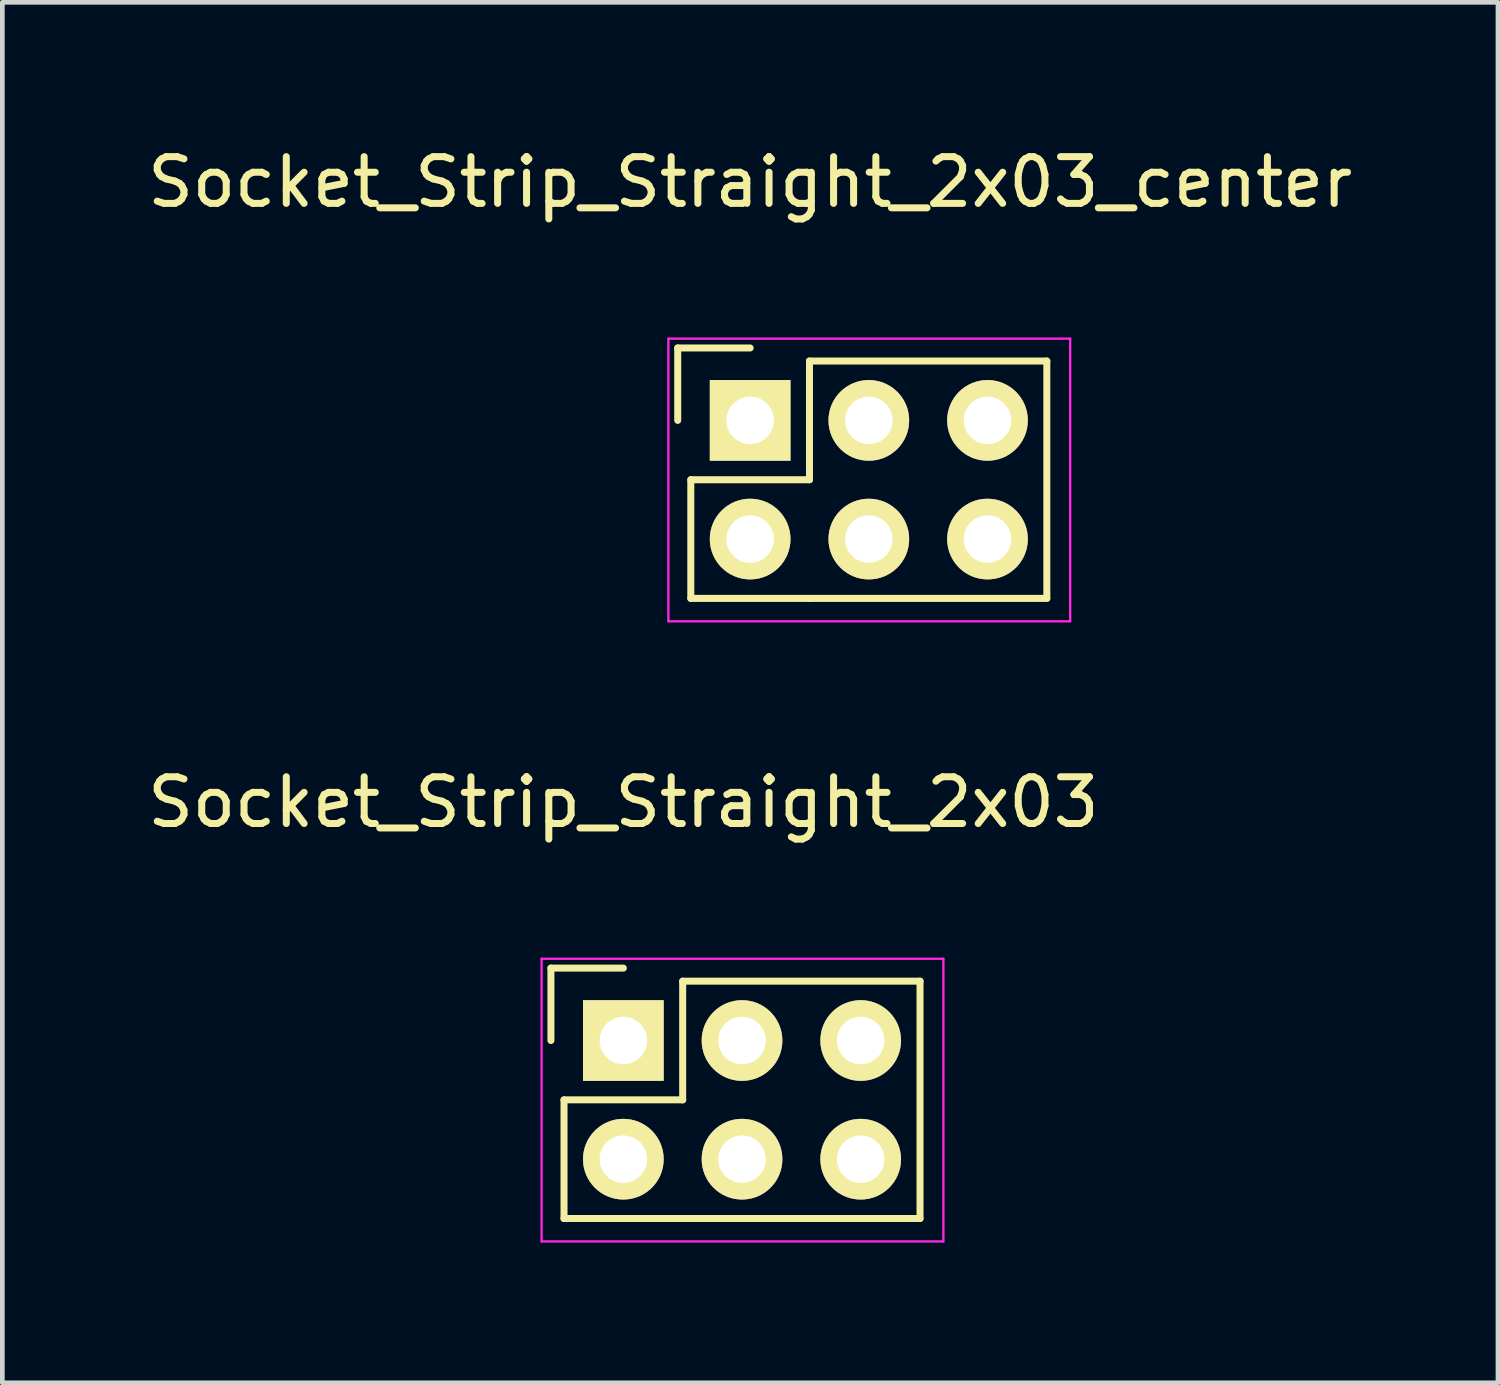
<source format=kicad_pcb>
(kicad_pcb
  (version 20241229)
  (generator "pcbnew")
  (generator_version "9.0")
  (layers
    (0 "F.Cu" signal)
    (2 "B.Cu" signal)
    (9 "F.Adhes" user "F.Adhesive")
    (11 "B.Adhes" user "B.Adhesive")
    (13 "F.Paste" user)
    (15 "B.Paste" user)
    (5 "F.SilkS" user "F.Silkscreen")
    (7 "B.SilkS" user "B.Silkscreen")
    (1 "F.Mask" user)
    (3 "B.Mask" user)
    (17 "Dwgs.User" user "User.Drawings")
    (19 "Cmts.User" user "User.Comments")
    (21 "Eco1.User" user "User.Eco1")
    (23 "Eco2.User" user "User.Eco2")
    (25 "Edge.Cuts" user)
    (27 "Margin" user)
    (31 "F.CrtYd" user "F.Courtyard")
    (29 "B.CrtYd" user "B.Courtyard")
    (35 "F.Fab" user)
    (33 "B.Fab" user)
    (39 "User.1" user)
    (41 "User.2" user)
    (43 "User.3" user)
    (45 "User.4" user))
  (footprint "Socket_Strip_Straight_2x03"
    (layer "F.Cu")
    (at 12.832 19.221)
    (property "Reference" "Socket_Strip_Straight_2x03" (at -2.54 -5.1 0) (layer "F.SilkS") (effects (font (size 1 1) (thickness 0.15))))
    (attr through_hole)
    (fp_line (start -4.09 -1.55) (end -4.09 0) (stroke (width 0.15) (type solid)) (layer "F.SilkS"))
    (fp_line (start -4.09 -1.55) (end -2.54 -1.55) (stroke (width 0.15) (type solid)) (layer "F.SilkS"))
    (fp_line (start -3.81 1.27) (end -1.27 1.27) (stroke (width 0.15) (type solid)) (layer "F.SilkS"))
    (fp_line (start -3.81 3.81) (end -3.81 1.27) (stroke (width 0.15) (type solid)) (layer "F.SilkS"))
    (fp_line (start -1.27 1.27) (end -1.27 -1.27) (stroke (width 0.15) (type solid)) (layer "F.SilkS"))
    (fp_line (start -1.27 3.81) (end -3.81 3.81) (stroke (width 0.15) (type solid)) (layer "F.SilkS"))
    (fp_line (start 3.81 -1.27) (end -1.27 -1.27) (stroke (width 0.15) (type solid)) (layer "F.SilkS"))
    (fp_line (start 3.81 -1.27) (end 3.81 3.81) (stroke (width 0.15) (type solid)) (layer "F.SilkS"))
    (fp_line (start 3.81 3.81) (end -1.27 3.81) (stroke (width 0.15) (type solid)) (layer "F.SilkS"))
    (fp_line (start -4.29 -1.75) (end -4.29 4.3) (stroke (width 0.05) (type solid)) (layer "F.CrtYd"))
    (fp_line (start -4.29 -1.75) (end 4.31 -1.75) (stroke (width 0.05) (type solid)) (layer "F.CrtYd"))
    (fp_line (start -4.29 4.3) (end 4.31 4.3) (stroke (width 0.05) (type solid)) (layer "F.CrtYd"))
    (fp_line (start 4.31 -1.75) (end 4.31 4.3) (stroke (width 0.05) (type solid)) (layer "F.CrtYd"))
    (pad "1" thru_hole rect (at -2.54 0) (size 1.727 1.727) (drill 1.016) (layers "*.Cu" "*.Mask" "F.SilkS"))
    (pad "2" thru_hole oval (at -2.54 2.54) (size 1.727 1.727) (drill 1.016) (layers "*.Cu" "*.Mask" "F.SilkS"))
    (pad "3" thru_hole oval (at 0 0) (size 1.727 1.727) (drill 1.016) (layers "*.Cu" "*.Mask" "F.SilkS"))
    (pad "4" thru_hole oval (at 0 2.54) (size 1.727 1.727) (drill 1.016) (layers "*.Cu" "*.Mask" "F.SilkS"))
    (pad "5" thru_hole oval (at 2.54 0) (size 1.727 1.727) (drill 1.016) (layers "*.Cu" "*.Mask" "F.SilkS"))
    (pad "6" thru_hole oval (at 2.54 2.54) (size 1.727 1.727) (drill 1.016) (layers "*.Cu" "*.Mask" "F.SilkS")))
  (footprint "Socket_Strip_Straight_2x03_center"
    (layer "F.Cu")
    (at 15.546 5.948)
    (property "Reference" "Socket_Strip_Straight_2x03_center" (at -2.54 -5.1 0) (layer "F.SilkS") (effects (font (size 1 1) (thickness 0.15))))
    (attr through_hole)
    (fp_line (start -4.09 -1.55) (end -4.09 0) (stroke (width 0.15) (type solid)) (layer "F.SilkS"))
    (fp_line (start -4.09 -1.55) (end -2.54 -1.55) (stroke (width 0.15) (type solid)) (layer "F.SilkS"))
    (fp_line (start -3.81 1.27) (end -1.27 1.27) (stroke (width 0.15) (type solid)) (layer "F.SilkS"))
    (fp_line (start -3.81 3.81) (end -3.81 1.27) (stroke (width 0.15) (type solid)) (layer "F.SilkS"))
    (fp_line (start -1.27 1.27) (end -1.27 -1.27) (stroke (width 0.15) (type solid)) (layer "F.SilkS"))
    (fp_line (start -1.27 3.81) (end -3.81 3.81) (stroke (width 0.15) (type solid)) (layer "F.SilkS"))
    (fp_line (start 3.81 -1.27) (end -1.27 -1.27) (stroke (width 0.15) (type solid)) (layer "F.SilkS"))
    (fp_line (start 3.81 -1.27) (end 3.81 3.81) (stroke (width 0.15) (type solid)) (layer "F.SilkS"))
    (fp_line (start 3.81 3.81) (end -1.27 3.81) (stroke (width 0.15) (type solid)) (layer "F.SilkS"))
    (fp_line (start -4.29 -1.75) (end -4.29 4.3) (stroke (width 0.05) (type solid)) (layer "F.CrtYd"))
    (fp_line (start -4.29 -1.75) (end 4.31 -1.75) (stroke (width 0.05) (type solid)) (layer "F.CrtYd"))
    (fp_line (start -4.29 4.3) (end 4.31 4.3) (stroke (width 0.05) (type solid)) (layer "F.CrtYd"))
    (fp_line (start 4.31 -1.75) (end 4.31 4.3) (stroke (width 0.05) (type solid)) (layer "F.CrtYd"))
    (pad "1" thru_hole rect (at -2.54 0) (size 1.727 1.727) (drill 1.016) (layers "*.Cu" "*.Mask" "F.SilkS"))
    (pad "2" thru_hole oval (at -2.54 2.54) (size 1.727 1.727) (drill 1.016) (layers "*.Cu" "*.Mask" "F.SilkS"))
    (pad "3" thru_hole oval (at 0 0) (size 1.727 1.727) (drill 1.016) (layers "*.Cu" "*.Mask" "F.SilkS"))
    (pad "4" thru_hole oval (at 0 2.54) (size 1.727 1.727) (drill 1.016) (layers "*.Cu" "*.Mask" "F.SilkS"))
    (pad "5" thru_hole oval (at 2.54 0) (size 1.727 1.727) (drill 1.016) (layers "*.Cu" "*.Mask" "F.SilkS"))
    (pad "6" thru_hole oval (at 2.54 2.54) (size 1.727 1.727) (drill 1.016) (layers "*.Cu" "*.Mask" "F.SilkS")))
  (gr_rect
    (start -3 -3)
    (end 29.012 26.547)
    (stroke (width 0.1) (type default))
    (fill no)
    (layer "Edge.Cuts")))
</source>
